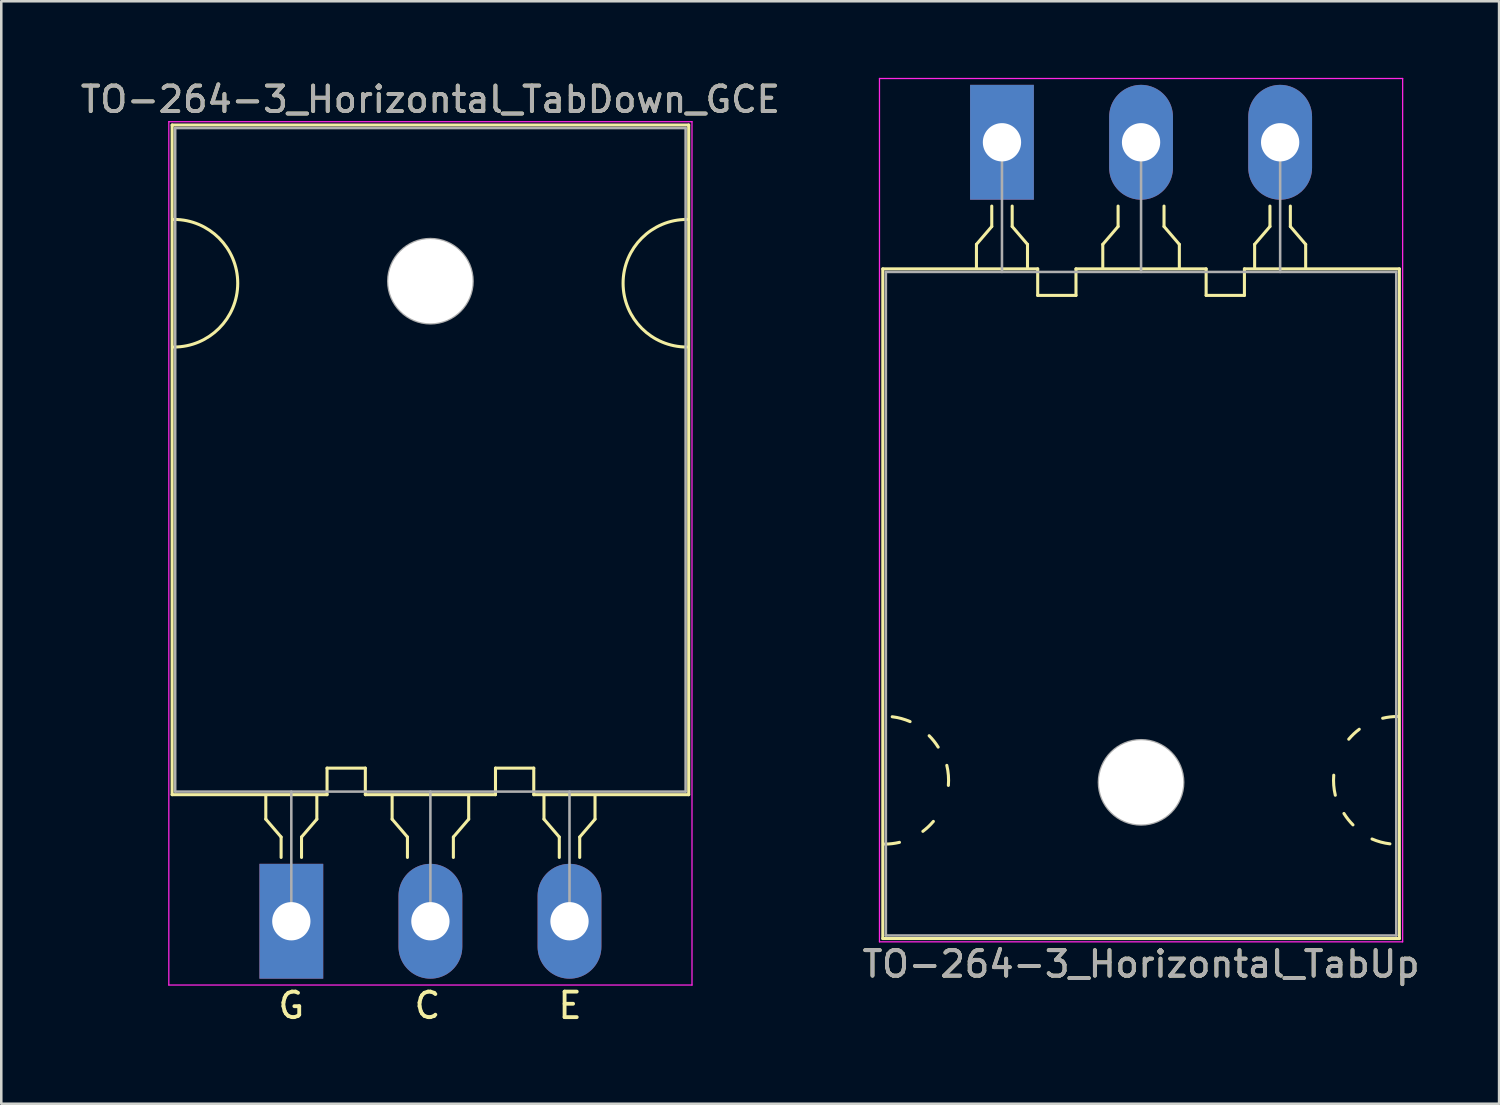
<source format=kicad_pcb>
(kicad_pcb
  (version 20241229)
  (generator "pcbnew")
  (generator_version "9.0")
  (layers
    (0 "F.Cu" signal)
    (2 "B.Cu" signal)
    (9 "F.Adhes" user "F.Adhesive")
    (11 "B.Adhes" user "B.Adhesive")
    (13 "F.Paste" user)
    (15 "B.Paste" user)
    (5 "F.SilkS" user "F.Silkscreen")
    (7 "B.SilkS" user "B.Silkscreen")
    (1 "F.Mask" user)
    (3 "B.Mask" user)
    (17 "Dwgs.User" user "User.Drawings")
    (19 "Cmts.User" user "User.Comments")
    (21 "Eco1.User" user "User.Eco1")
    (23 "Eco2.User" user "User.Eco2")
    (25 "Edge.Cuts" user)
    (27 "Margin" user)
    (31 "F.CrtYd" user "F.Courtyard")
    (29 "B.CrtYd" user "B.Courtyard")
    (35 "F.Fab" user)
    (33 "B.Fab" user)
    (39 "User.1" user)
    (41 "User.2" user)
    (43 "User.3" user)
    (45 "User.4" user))
  (footprint "TO-264-3_Horizontal_TabUp"
    (layer "F.Cu")
    (at 36.211 2.525)
    (property "Reference" "TO-264-3_Horizontal_TabUp" (at 5.45 32.2 0) (layer "F.SilkS") (effects (font (size 1 1) (thickness 0.15))))
    (attr through_hole)
    (fp_line (start -4.67 31.2) (end -4.67 4.96) (stroke (width 0.12) (type solid)) (layer "F.SilkS"))
    (fp_line (start -1 4) (end -1 4.9) (stroke (width 0.12) (type solid)) (layer "F.SilkS"))
    (fp_line (start -0.4 2.5) (end -0.4 3.3) (stroke (width 0.12) (type solid)) (layer "F.SilkS"))
    (fp_line (start -0.4 3.3) (end -1 4) (stroke (width 0.12) (type solid)) (layer "F.SilkS"))
    (fp_line (start 0.4 3.3) (end 0.4 2.5) (stroke (width 0.12) (type solid)) (layer "F.SilkS"))
    (fp_line (start 1 4) (end 0.4 3.3) (stroke (width 0.12) (type solid)) (layer "F.SilkS"))
    (fp_line (start 1 4.9) (end 1 4) (stroke (width 0.12) (type solid)) (layer "F.SilkS"))
    (fp_line (start 1.4 4.96) (end -4.67 4.96) (stroke (width 0.12) (type solid)) (layer "F.SilkS"))
    (fp_line (start 1.4 4.96) (end 1.4 6) (stroke (width 0.12) (type solid)) (layer "F.SilkS"))
    (fp_line (start 1.4 6) (end 2.9 6) (stroke (width 0.12) (type solid)) (layer "F.SilkS"))
    (fp_line (start 2.9 6) (end 2.9 4.96) (stroke (width 0.12) (type solid)) (layer "F.SilkS"))
    (fp_line (start 3.95 4) (end 3.95 4.9) (stroke (width 0.12) (type solid)) (layer "F.SilkS"))
    (fp_line (start 4.55 2.5) (end 4.55 3.3) (stroke (width 0.12) (type solid)) (layer "F.SilkS"))
    (fp_line (start 4.55 3.3) (end 3.95 4) (stroke (width 0.12) (type solid)) (layer "F.SilkS"))
    (fp_line (start 6.35 3.3) (end 6.35 2.5) (stroke (width 0.12) (type solid)) (layer "F.SilkS"))
    (fp_line (start 6.95 4) (end 6.35 3.3) (stroke (width 0.12) (type solid)) (layer "F.SilkS"))
    (fp_line (start 6.95 4.9) (end 6.95 4) (stroke (width 0.12) (type solid)) (layer "F.SilkS"))
    (fp_line (start 8 4.96) (end 2.9 4.96) (stroke (width 0.12) (type solid)) (layer "F.SilkS"))
    (fp_line (start 8 6) (end 8 4.96) (stroke (width 0.12) (type solid)) (layer "F.SilkS"))
    (fp_line (start 9.5 4.96) (end 9.5 6) (stroke (width 0.12) (type solid)) (layer "F.SilkS"))
    (fp_line (start 9.5 6) (end 8 6) (stroke (width 0.12) (type solid)) (layer "F.SilkS"))
    (fp_line (start 9.9 4) (end 9.9 4.9) (stroke (width 0.12) (type solid)) (layer "F.SilkS"))
    (fp_line (start 10.5 2.5) (end 10.5 3.3) (stroke (width 0.12) (type solid)) (layer "F.SilkS"))
    (fp_line (start 10.5 3.3) (end 9.9 4) (stroke (width 0.12) (type solid)) (layer "F.SilkS"))
    (fp_line (start 11.3 3.3) (end 11.3 2.5) (stroke (width 0.12) (type solid)) (layer "F.SilkS"))
    (fp_line (start 11.9 4) (end 11.3 3.3) (stroke (width 0.12) (type solid)) (layer "F.SilkS"))
    (fp_line (start 11.9 4.9) (end 11.9 4) (stroke (width 0.12) (type solid)) (layer "F.SilkS"))
    (fp_line (start 15.57 4.96) (end 9.5 4.96) (stroke (width 0.12) (type solid)) (layer "F.SilkS"))
    (fp_line (start 15.57 31.2) (end -4.67 31.2) (stroke (width 0.12) (type solid)) (layer "F.SilkS"))
    (fp_line (start 15.57 31.2) (end 15.57 4.96) (stroke (width 0.12) (type solid)) (layer "F.SilkS"))
    (fp_arc (start -4.301186 22.509879) (mid -3.943673 22.579416) (end -3.600001 22.700001) (stroke (width 0.12) (type solid)) (layer "F.SilkS"))
    (fp_arc (start -4.016568 27.430968) (mid -4.306249 27.482682) (end -4.6 27.5) (stroke (width 0.12) (type solid)) (layer "F.SilkS"))
    (fp_arc (start -2.853576 23.253576) (mid -2.663879 23.466564) (end -2.500001 23.700001) (stroke (width 0.12) (type solid)) (layer "F.SilkS"))
    (fp_arc (start -2.687722 26.610338) (mid -2.882773 26.8169) (end -3.1 26.999999) (stroke (width 0.12) (type solid)) (layer "F.SilkS"))
    (fp_arc (start -2.161266 24.414703) (mid -2.099611 24.804931) (end -2.100001 25.199999) (stroke (width 0.12) (type solid)) (layer "F.SilkS"))
    (fp_arc (start 13.061266 25.585297) (mid 12.999611 25.195069) (end 13.000001 24.800001) (stroke (width 0.12) (type solid)) (layer "F.SilkS"))
    (fp_arc (start 13.587722 23.389662) (mid 13.782773 23.1831) (end 14 23.000001) (stroke (width 0.12) (type solid)) (layer "F.SilkS"))
    (fp_arc (start 13.753576 26.746424) (mid 13.563879 26.533436) (end 13.400001 26.299999) (stroke (width 0.12) (type solid)) (layer "F.SilkS"))
    (fp_arc (start 14.916568 22.569032) (mid 15.206249 22.517318) (end 15.5 22.5) (stroke (width 0.12) (type solid)) (layer "F.SilkS"))
    (fp_arc (start 15.201186 27.490121) (mid 14.843673 27.420584) (end 14.500001 27.299999) (stroke (width 0.12) (type solid)) (layer "F.SilkS"))
    (fp_line (start -4.8 -2.5) (end -4.8 31.33) (stroke (width 0.05) (type solid)) (layer "F.CrtYd"))
    (fp_line (start -4.8 31.33) (end 15.7 31.33) (stroke (width 0.05) (type solid)) (layer "F.CrtYd"))
    (fp_line (start 15.7 -2.5) (end -4.8 -2.5) (stroke (width 0.05) (type solid)) (layer "F.CrtYd"))
    (fp_line (start 15.7 31.33) (end 15.7 -2.5) (stroke (width 0.05) (type solid)) (layer "F.CrtYd"))
    (fp_line (start -4.55 5.08) (end -4.55 31.08) (stroke (width 0.1) (type solid)) (layer "F.Fab"))
    (fp_line (start -4.55 31.08) (end 15.45 31.08) (stroke (width 0.1) (type solid)) (layer "F.Fab"))
    (fp_line (start 0 5.08) (end 0 0) (stroke (width 0.1) (type solid)) (layer "F.Fab"))
    (fp_line (start 5.45 5.08) (end 5.45 0) (stroke (width 0.1) (type solid)) (layer "F.Fab"))
    (fp_line (start 10.9 5.08) (end 10.9 0) (stroke (width 0.1) (type solid)) (layer "F.Fab"))
    (fp_line (start 15.45 5.08) (end -4.55 5.08) (stroke (width 0.1) (type solid)) (layer "F.Fab"))
    (fp_line (start 15.45 31.08) (end 15.45 5.08) (stroke (width 0.1) (type solid)) (layer "F.Fab"))
    (fp_circle (center 5.45 25.08) (end 7.1 25.08) (stroke (width 0.1) (type solid)) (fill no) (layer "F.Fab"))
    (fp_text user "${REFERENCE}" (at 5.45 32.2 0) (layer "F.Fab") (effects (font (size 1 1) (thickness 0.15))))
    (pad "" np_thru_hole oval (at 5.45 25.08) (size 3.3 3.3) (drill 3.3) (layers "*.Cu" "*.Mask"))
    (pad "1" thru_hole rect (at 0 0) (size 2.5 4.5) (drill 1.5) (layers "*.Cu" "*.Mask"))
    (pad "2" thru_hole oval (at 5.45 0) (size 2.5 4.5) (drill 1.5) (layers "*.Cu" "*.Mask"))
    (pad "3" thru_hole oval (at 10.9 0) (size 2.5 4.5) (drill 1.5) (layers "*.Cu" "*.Mask")))
  (footprint "TO-264-3_Horizontal_TabDown_GCE"
    (layer "F.Cu")
    (at 8.365 33.048)
    (property "Reference" "TO-264-3_Horizontal_TabDown_GCE" (at 5.45 -32.2 0) (layer "F.SilkS") (effects (font (size 1 1) (thickness 0.15))))
    (fp_line (start -4.67 -31.2) (end -4.67 -4.96) (stroke (width 0.12) (type solid)) (layer "F.SilkS"))
    (fp_line (start -4.67 -31.2) (end 15.57 -31.2) (stroke (width 0.12) (type solid)) (layer "F.SilkS"))
    (fp_line (start -4.67 -4.96) (end 1.4 -4.96) (stroke (width 0.12) (type solid)) (layer "F.SilkS"))
    (fp_line (start -1 -4.9) (end -1 -4) (stroke (width 0.12) (type solid)) (layer "F.SilkS"))
    (fp_line (start -1 -4) (end -0.4 -3.3) (stroke (width 0.12) (type solid)) (layer "F.SilkS"))
    (fp_line (start -0.4 -3.3) (end -0.4 -2.5) (stroke (width 0.12) (type solid)) (layer "F.SilkS"))
    (fp_line (start 0.4 -3.3) (end 1 -4) (stroke (width 0.12) (type solid)) (layer "F.SilkS"))
    (fp_line (start 0.4 -2.5) (end 0.4 -3.3) (stroke (width 0.12) (type solid)) (layer "F.SilkS"))
    (fp_line (start 1 -4) (end 1 -4.9) (stroke (width 0.12) (type solid)) (layer "F.SilkS"))
    (fp_line (start 1.4 -6) (end 2.9 -6) (stroke (width 0.12) (type solid)) (layer "F.SilkS"))
    (fp_line (start 1.4 -4.96) (end 1.4 -6) (stroke (width 0.12) (type solid)) (layer "F.SilkS"))
    (fp_line (start 2.9 -6) (end 2.9 -4.96) (stroke (width 0.12) (type solid)) (layer "F.SilkS"))
    (fp_line (start 2.9 -4.96) (end 8 -4.96) (stroke (width 0.12) (type solid)) (layer "F.SilkS"))
    (fp_line (start 3.95 -4.9) (end 3.95 -4) (stroke (width 0.12) (type solid)) (layer "F.SilkS"))
    (fp_line (start 3.95 -4) (end 4.55 -3.3) (stroke (width 0.12) (type solid)) (layer "F.SilkS"))
    (fp_line (start 4.55 -3.3) (end 4.55 -2.5) (stroke (width 0.12) (type solid)) (layer "F.SilkS"))
    (fp_line (start 6.35 -3.3) (end 6.95 -4) (stroke (width 0.12) (type solid)) (layer "F.SilkS"))
    (fp_line (start 6.35 -2.5) (end 6.35 -3.3) (stroke (width 0.12) (type solid)) (layer "F.SilkS"))
    (fp_line (start 6.95 -4) (end 6.95 -4.9) (stroke (width 0.12) (type solid)) (layer "F.SilkS"))
    (fp_line (start 8 -6) (end 8 -4.96) (stroke (width 0.12) (type solid)) (layer "F.SilkS"))
    (fp_line (start 9.5 -6) (end 8 -6) (stroke (width 0.12) (type solid)) (layer "F.SilkS"))
    (fp_line (start 9.5 -4.96) (end 9.5 -6) (stroke (width 0.12) (type solid)) (layer "F.SilkS"))
    (fp_line (start 9.5 -4.96) (end 15.57 -4.96) (stroke (width 0.12) (type solid)) (layer "F.SilkS"))
    (fp_line (start 9.9 -4.9) (end 9.9 -4) (stroke (width 0.12) (type solid)) (layer "F.SilkS"))
    (fp_line (start 9.9 -4) (end 10.5 -3.3) (stroke (width 0.12) (type solid)) (layer "F.SilkS"))
    (fp_line (start 10.5 -3.3) (end 10.5 -2.5) (stroke (width 0.12) (type solid)) (layer "F.SilkS"))
    (fp_line (start 11.3 -3.3) (end 11.9 -4) (stroke (width 0.12) (type solid)) (layer "F.SilkS"))
    (fp_line (start 11.3 -2.5) (end 11.3 -3.3) (stroke (width 0.12) (type solid)) (layer "F.SilkS"))
    (fp_line (start 11.9 -4) (end 11.9 -4.9) (stroke (width 0.12) (type solid)) (layer "F.SilkS"))
    (fp_line (start 15.57 -31.2) (end 15.57 -4.96) (stroke (width 0.12) (type solid)) (layer "F.SilkS"))
    (fp_arc (start -4.6 -27.5) (mid -2.1 -25) (end -4.6 -22.5) (stroke (width 0.12) (type solid)) (layer "F.SilkS"))
    (fp_arc (start 15.5 -22.5) (mid 13 -25) (end 15.5 -27.5) (stroke (width 0.12) (type solid)) (layer "F.SilkS"))
    (fp_line (start -4.8 -31.33) (end -4.8 2.5) (stroke (width 0.05) (type solid)) (layer "F.CrtYd"))
    (fp_line (start -4.8 2.5) (end 15.7 2.5) (stroke (width 0.05) (type solid)) (layer "F.CrtYd"))
    (fp_line (start 15.7 -31.33) (end -4.8 -31.33) (stroke (width 0.05) (type solid)) (layer "F.CrtYd"))
    (fp_line (start 15.7 2.5) (end 15.7 -31.33) (stroke (width 0.05) (type solid)) (layer "F.CrtYd"))
    (fp_line (start -4.55 -31.08) (end 15.45 -31.08) (stroke (width 0.1) (type solid)) (layer "F.Fab"))
    (fp_line (start -4.55 -5.08) (end -4.55 -31.08) (stroke (width 0.1) (type solid)) (layer "F.Fab"))
    (fp_line (start 0 -5.08) (end 0 0) (stroke (width 0.1) (type solid)) (layer "F.Fab"))
    (fp_line (start 5.45 -5.08) (end 5.45 0) (stroke (width 0.1) (type solid)) (layer "F.Fab"))
    (fp_line (start 10.9 -5.08) (end 10.9 0) (stroke (width 0.1) (type solid)) (layer "F.Fab"))
    (fp_line (start 15.45 -31.08) (end 15.45 -5.08) (stroke (width 0.1) (type solid)) (layer "F.Fab"))
    (fp_line (start 15.45 -5.08) (end -4.55 -5.08) (stroke (width 0.1) (type solid)) (layer "F.Fab"))
    (fp_circle (center 5.45 -25.08) (end 7.1 -25.08) (stroke (width 0.1) (type solid)) (fill no) (layer "F.Fab"))
    (fp_text user "G" (at 0 3.302 0) (unlocked yes) (layer "F.SilkS") (effects (font (size 1 1) (thickness 0.15))))
    (fp_text user "E" (at 10.922 3.302 0) (unlocked yes) (layer "F.SilkS") (effects (font (size 1 1) (thickness 0.15))))
    (fp_text user "C" (at 5.334 3.302 0) (unlocked yes) (layer "F.SilkS") (effects (font (size 1 1) (thickness 0.15))))
    (fp_text user "${REFERENCE}" (at 5.45 -32.2 0) (layer "F.Fab") (effects (font (size 1 1) (thickness 0.15))))
    (pad "" np_thru_hole oval (at 5.45 -25.08) (size 3.3 3.3) (drill 3.3) (layers "*.Cu" "*.Mask"))
    (pad "1" thru_hole rect (at 0 0) (size 2.5 4.5) (drill 1.5) (layers "*.Cu" "*.Mask"))
    (pad "2" thru_hole oval (at 5.45 0) (size 2.5 4.5) (drill 1.5) (layers "*.Cu" "*.Mask"))
    (pad "3" thru_hole oval (at 10.9 0) (size 2.5 4.5) (drill 1.5) (layers "*.Cu" "*.Mask")))
  (gr_rect
    (start -3 -3)
    (end 55.69 40.199)
    (stroke (width 0.1) (type default))
    (fill no)
    (layer "Edge.Cuts")))
</source>
